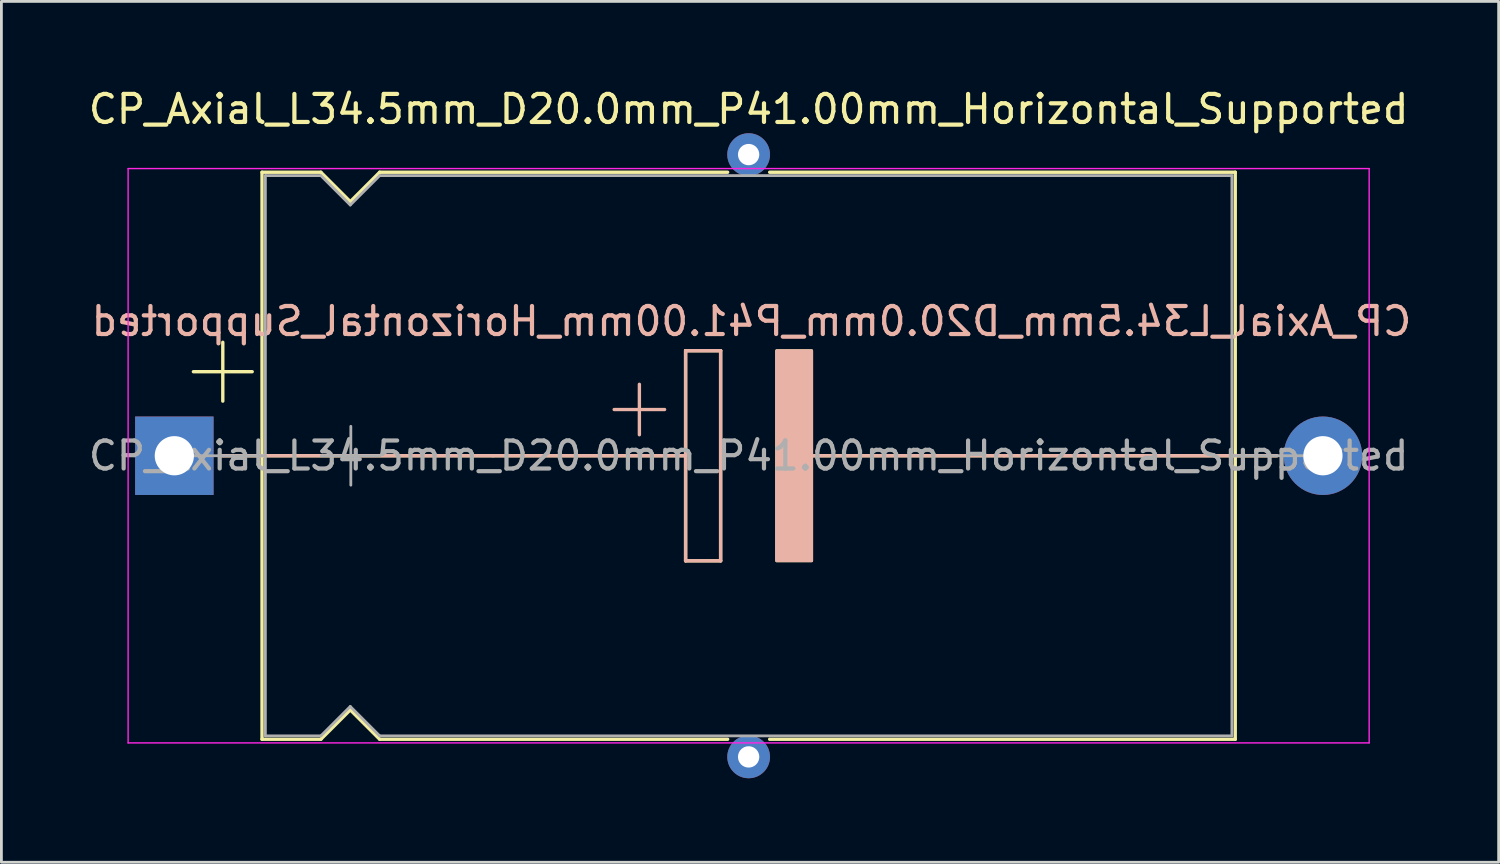
<source format=kicad_pcb>
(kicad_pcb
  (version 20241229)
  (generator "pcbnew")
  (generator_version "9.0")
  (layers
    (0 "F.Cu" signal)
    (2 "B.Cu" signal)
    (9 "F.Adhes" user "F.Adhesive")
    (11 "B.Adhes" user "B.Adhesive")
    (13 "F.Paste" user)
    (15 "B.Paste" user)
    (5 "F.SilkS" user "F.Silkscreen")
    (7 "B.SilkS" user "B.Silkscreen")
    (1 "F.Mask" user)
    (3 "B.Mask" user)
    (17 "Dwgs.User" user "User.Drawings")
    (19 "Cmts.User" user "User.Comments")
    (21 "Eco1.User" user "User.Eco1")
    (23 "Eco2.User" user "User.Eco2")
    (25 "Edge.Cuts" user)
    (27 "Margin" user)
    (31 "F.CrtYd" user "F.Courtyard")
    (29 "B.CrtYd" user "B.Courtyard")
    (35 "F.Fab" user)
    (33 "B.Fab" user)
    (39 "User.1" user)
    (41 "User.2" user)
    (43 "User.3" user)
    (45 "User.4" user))
  (footprint "CP_Axial_L34.5mm_D20.0mm_P41.00mm_Horizontal_Supported"
    (layer "F.Cu")
    (at 3.173 13.218)
    (property "Reference" "CP_Axial_L34.5mm_D20.0mm_P41.00mm_Horizontal_Supported" (at 20.5 -12.37 0) (layer "F.SilkS") (effects (font (size 1 1) (thickness 0.15))))
    (fp_line (start 0.68 -3) (end 2.78 -3) (stroke (width 0.12) (type solid)) (layer "F.SilkS"))
    (fp_line (start 1.64 0) (end 3.13 0) (stroke (width 0.12) (type solid)) (layer "F.SilkS"))
    (fp_line (start 1.73 -4.05) (end 1.73 -1.95) (stroke (width 0.12) (type solid)) (layer "F.SilkS"))
    (fp_line (start 3.13 -10.12) (end 3.13 10.12) (stroke (width 0.12) (type solid)) (layer "F.SilkS"))
    (fp_line (start 3.13 -10.12) (end 5.23 -10.12) (stroke (width 0.12) (type solid)) (layer "F.SilkS"))
    (fp_line (start 3.13 0) (end 18.25 0) (stroke (width 0.12) (type solid)) (layer "F.SilkS"))
    (fp_line (start 3.13 10.12) (end 5.23 10.12) (stroke (width 0.12) (type solid)) (layer "F.SilkS"))
    (fp_line (start 5.23 -10.12) (end 6.28 -9.07) (stroke (width 0.12) (type solid)) (layer "F.SilkS"))
    (fp_line (start 5.23 10.12) (end 6.28 9.07) (stroke (width 0.12) (type solid)) (layer "F.SilkS"))
    (fp_line (start 6.28 -9.07) (end 7.33 -10.12) (stroke (width 0.12) (type solid)) (layer "F.SilkS"))
    (fp_line (start 6.28 9.07) (end 7.33 10.12) (stroke (width 0.12) (type solid)) (layer "F.SilkS"))
    (fp_line (start 7.33 -10.12) (end 19.75 -10.12) (stroke (width 0.12) (type solid)) (layer "F.SilkS"))
    (fp_line (start 7.33 10.12) (end 19.75 10.12) (stroke (width 0.12) (type solid)) (layer "F.SilkS"))
    (fp_line (start 18.25 -3.75) (end 19.5 -3.75) (stroke (width 0.12) (type solid)) (layer "F.SilkS"))
    (fp_line (start 18.25 0) (end 18.25 -3.75) (stroke (width 0.12) (type solid)) (layer "F.SilkS"))
    (fp_line (start 18.25 3.75) (end 18.25 0) (stroke (width 0.12) (type solid)) (layer "F.SilkS"))
    (fp_line (start 19.5 -3.75) (end 19.5 3.75) (stroke (width 0.12) (type solid)) (layer "F.SilkS"))
    (fp_line (start 19.5 3.75) (end 18.25 3.75) (stroke (width 0.12) (type solid)) (layer "F.SilkS"))
    (fp_line (start 21.25 -10.12) (end 37.87 -10.12) (stroke (width 0.12) (type solid)) (layer "F.SilkS"))
    (fp_line (start 21.25 10.12) (end 37.87 10.12) (stroke (width 0.12) (type solid)) (layer "F.SilkS"))
    (fp_line (start 22.75 0) (end 37.87 0) (stroke (width 0.12) (type solid)) (layer "F.SilkS"))
    (fp_line (start 37.87 -10.12) (end 37.87 10.12) (stroke (width 0.12) (type solid)) (layer "F.SilkS"))
    (fp_line (start 39.36 0) (end 37.87 0) (stroke (width 0.12) (type solid)) (layer "F.SilkS"))
    (fp_poly (pts (xy 22.75 3.75) (xy 21.5 3.75) (xy 21.5 -3.75) (xy 22.75 -3.75)) (stroke (width 0.1) (type solid)) (fill yes) (layer "F.SilkS"))
    (fp_line (start 1.65 0) (end 11.38 0) (stroke (width 0.12) (type solid)) (layer "B.SilkS"))
    (fp_line (start 11.38 0) (end 18.25 0) (stroke (width 0.12) (type solid)) (layer "B.SilkS"))
    (fp_line (start 16.6 -2.55) (end 16.6 -0.75) (stroke (width 0.12) (type solid)) (layer "B.SilkS"))
    (fp_line (start 17.5 -1.65) (end 15.7 -1.65) (stroke (width 0.12) (type solid)) (layer "B.SilkS"))
    (fp_line (start 18.25 -3.75) (end 19.5 -3.75) (stroke (width 0.12) (type solid)) (layer "B.SilkS"))
    (fp_line (start 18.25 0) (end 18.25 -3.75) (stroke (width 0.12) (type solid)) (layer "B.SilkS"))
    (fp_line (start 18.25 3.75) (end 18.25 0) (stroke (width 0.12) (type solid)) (layer "B.SilkS"))
    (fp_line (start 19.5 -3.75) (end 19.5 3.75) (stroke (width 0.12) (type solid)) (layer "B.SilkS"))
    (fp_line (start 19.5 3.75) (end 18.25 3.75) (stroke (width 0.12) (type solid)) (layer "B.SilkS"))
    (fp_line (start 22.75 0) (end 29.62 0) (stroke (width 0.12) (type solid)) (layer "B.SilkS"))
    (fp_line (start 39.35 0) (end 29.62 0) (stroke (width 0.12) (type solid)) (layer "B.SilkS"))
    (fp_poly (pts (xy 22.75 3.75) (xy 21.5 3.75) (xy 21.5 -3.75) (xy 22.75 -3.75)) (stroke (width 0.1) (type solid)) (fill yes) (layer "B.SilkS"))
    (fp_line (start -1.65 -10.25) (end -1.65 10.25) (stroke (width 0.05) (type solid)) (layer "F.CrtYd"))
    (fp_line (start -1.65 10.25) (end 42.65 10.25) (stroke (width 0.05) (type solid)) (layer "F.CrtYd"))
    (fp_line (start 42.65 -10.25) (end -1.65 -10.25) (stroke (width 0.05) (type solid)) (layer "F.CrtYd"))
    (fp_line (start 42.65 10.25) (end 42.65 -10.25) (stroke (width 0.05) (type solid)) (layer "F.CrtYd"))
    (fp_line (start 0 0) (end 3.25 0) (stroke (width 0.1) (type solid)) (layer "F.Fab"))
    (fp_line (start 3.25 -10) (end 3.25 10) (stroke (width 0.1) (type solid)) (layer "F.Fab"))
    (fp_line (start 3.25 -10) (end 5.23 -10) (stroke (width 0.1) (type solid)) (layer "F.Fab"))
    (fp_line (start 3.25 10) (end 5.23 10) (stroke (width 0.1) (type solid)) (layer "F.Fab"))
    (fp_line (start 5.23 -10) (end 6.28 -8.95) (stroke (width 0.1) (type solid)) (layer "F.Fab"))
    (fp_line (start 5.23 10) (end 6.28 8.95) (stroke (width 0.1) (type solid)) (layer "F.Fab"))
    (fp_line (start 5.25 0) (end 7.35 0) (stroke (width 0.1) (type solid)) (layer "F.Fab"))
    (fp_line (start 6.28 -8.95) (end 7.33 -10) (stroke (width 0.1) (type solid)) (layer "F.Fab"))
    (fp_line (start 6.28 8.95) (end 7.33 10) (stroke (width 0.1) (type solid)) (layer "F.Fab"))
    (fp_line (start 6.3 -1.05) (end 6.3 1.05) (stroke (width 0.1) (type solid)) (layer "F.Fab"))
    (fp_line (start 7.33 -10) (end 37.75 -10) (stroke (width 0.1) (type solid)) (layer "F.Fab"))
    (fp_line (start 7.33 10) (end 37.75 10) (stroke (width 0.1) (type solid)) (layer "F.Fab"))
    (fp_line (start 37.75 -10) (end 37.75 10) (stroke (width 0.1) (type solid)) (layer "F.Fab"))
    (fp_line (start 41 0) (end 37.75 0) (stroke (width 0.1) (type solid)) (layer "F.Fab"))
    (fp_text user "${REFERENCE}" (at 20.6 -4.8 0) (layer "B.SilkS") (effects (font (size 1 1) (thickness 0.15)) (justify mirror)))
    (fp_text user "${REFERENCE}" (at 20.5 0 0) (layer "F.Fab") (effects (font (size 1 1) (thickness 0.15))))
    (pad "" thru_hole circle (at 20.5 -10.75) (size 1.524 1.524) (drill 0.762) (layers "*.Cu" "*.Mask"))
    (pad "" thru_hole circle (at 20.5 10.75) (size 1.524 1.524) (drill 0.762) (layers "*.Cu" "*.Mask"))
    (pad "1" thru_hole rect (at 0 0) (size 2.8 2.8) (drill 1.4) (layers "*.Cu" "*.Mask"))
    (pad "2" thru_hole oval (at 41 0) (size 2.8 2.8) (drill 1.4) (layers "*.Cu" "*.Mask")))
  (gr_rect
    (start -3 -3)
    (end 50.445 27.73)
    (stroke (width 0.1) (type default))
    (fill no)
    (layer "Edge.Cuts")))
</source>
